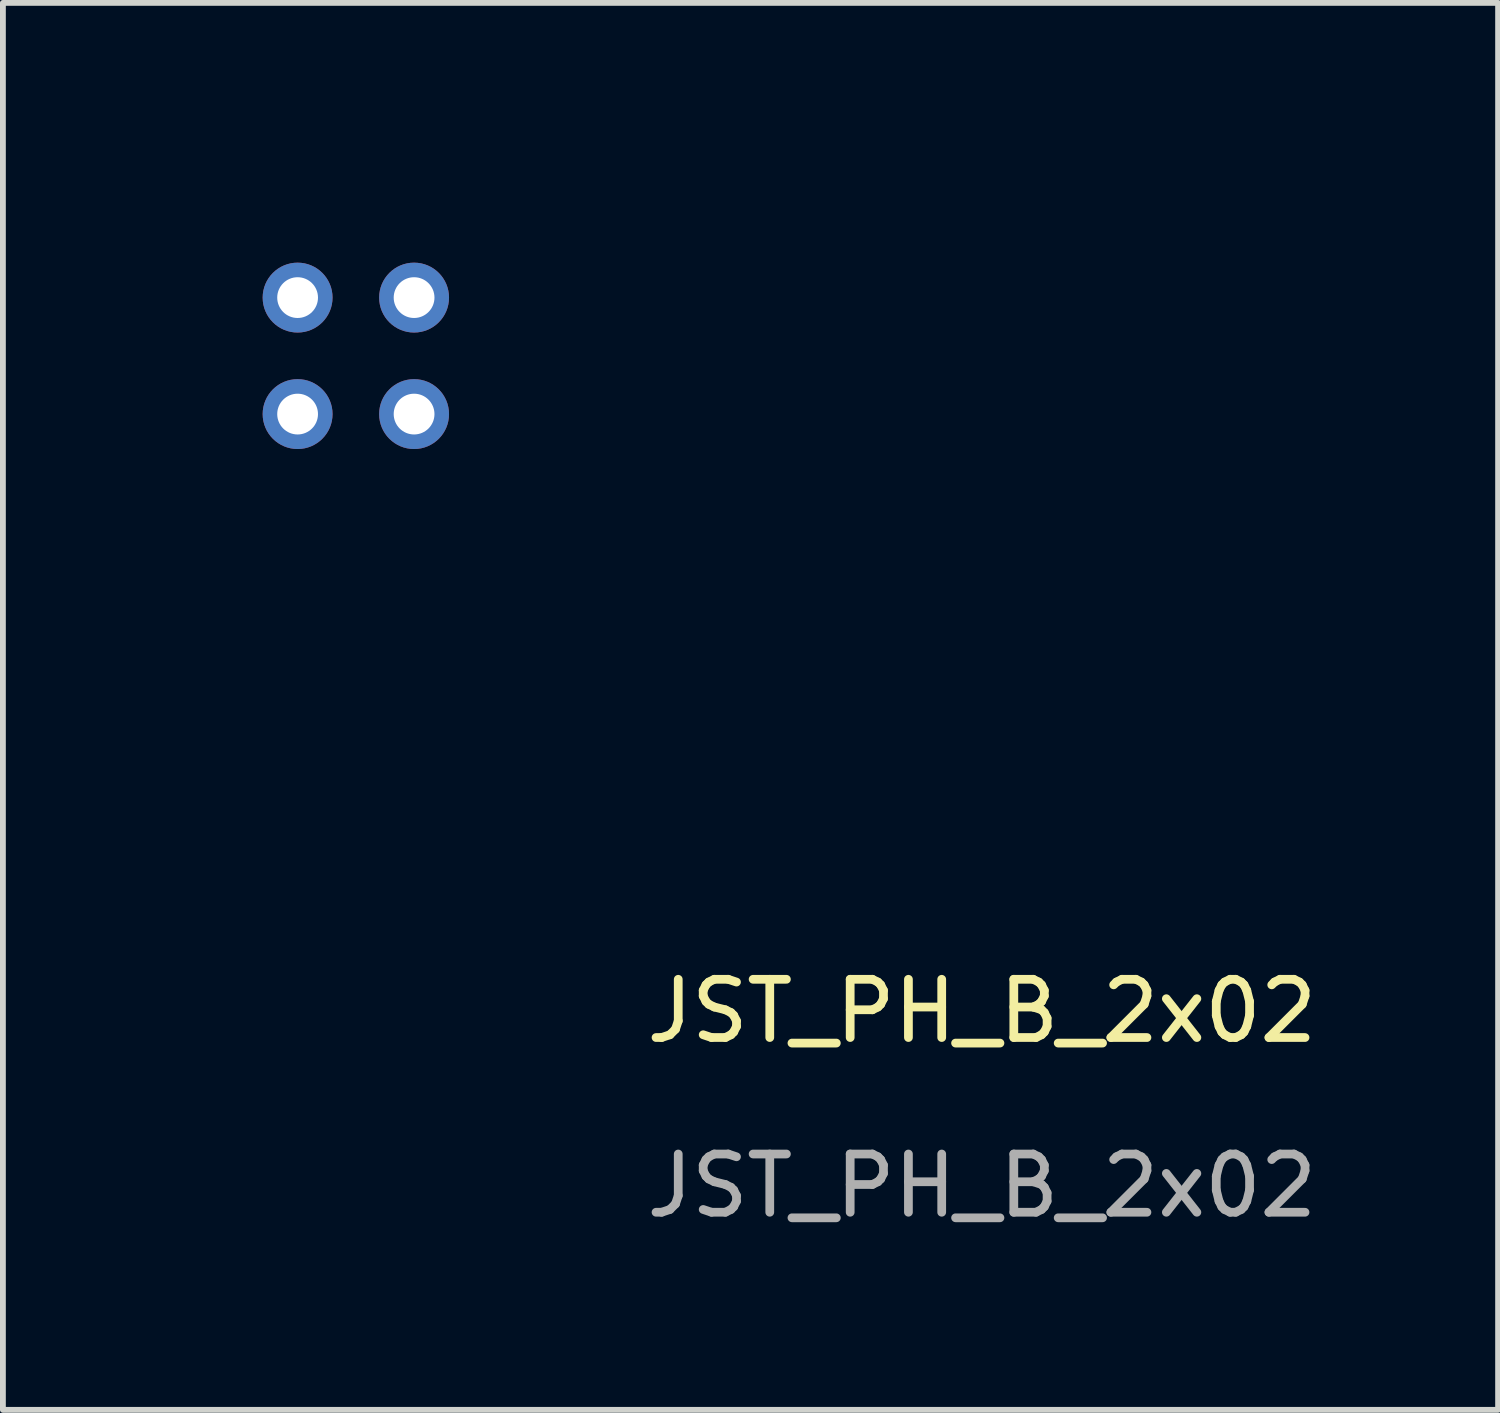
<source format=kicad_pcb>
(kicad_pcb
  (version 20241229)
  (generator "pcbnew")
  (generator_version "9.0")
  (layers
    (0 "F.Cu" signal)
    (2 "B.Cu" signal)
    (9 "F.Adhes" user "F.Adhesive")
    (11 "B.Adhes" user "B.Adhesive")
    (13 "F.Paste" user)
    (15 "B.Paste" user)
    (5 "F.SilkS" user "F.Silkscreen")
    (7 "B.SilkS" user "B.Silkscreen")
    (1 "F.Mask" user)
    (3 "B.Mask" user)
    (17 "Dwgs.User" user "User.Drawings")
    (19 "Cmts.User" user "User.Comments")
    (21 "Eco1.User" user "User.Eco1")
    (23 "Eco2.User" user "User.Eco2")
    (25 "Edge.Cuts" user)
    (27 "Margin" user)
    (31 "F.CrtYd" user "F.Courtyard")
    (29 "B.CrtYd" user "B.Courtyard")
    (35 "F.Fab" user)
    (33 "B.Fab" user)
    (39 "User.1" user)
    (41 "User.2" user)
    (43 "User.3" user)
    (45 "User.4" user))
  (footprint "JST_PH_B_2x02"
    (layer "F.Cu")
    (at 2.06 2.06)
    (property "Reference" "JST_PH_B_2x02" (at 11.75 12.25 0) (unlocked yes) (layer "F.SilkS") (effects (font (size 1 1) (thickness 0.15))))
    (attr through_hole)
    (fp_rect (start -2 4) (end 4 -2) (stroke (width 0.12) (type solid)) (fill no) (layer "Eco2.User"))
    (fp_text user "${REFERENCE}" (at 11.75 15.25 0) (unlocked yes) (layer "F.Fab") (effects (font (size 1 1) (thickness 0.15))))
    (pad "1" thru_hole circle (at 0 0) (size 1.2 1.2) (drill 0.7) (layers "*.Cu" "*.Mask"))
    (pad "2" thru_hole circle (at 2 0) (size 1.2 1.2) (drill 0.7) (layers "*.Cu" "*.Mask"))
    (pad "3" thru_hole circle (at 0 2) (size 1.2 1.2) (drill 0.7) (layers "*.Cu" "*.Mask"))
    (pad "4" thru_hole circle (at 2 2) (size 1.2 1.2) (drill 0.7) (layers "*.Cu" "*.Mask")))
  (gr_rect
    (start -3 -3)
    (end 22.673 21.158)
    (stroke (width 0.1) (type default))
    (fill no)
    (layer "Edge.Cuts")))
</source>
